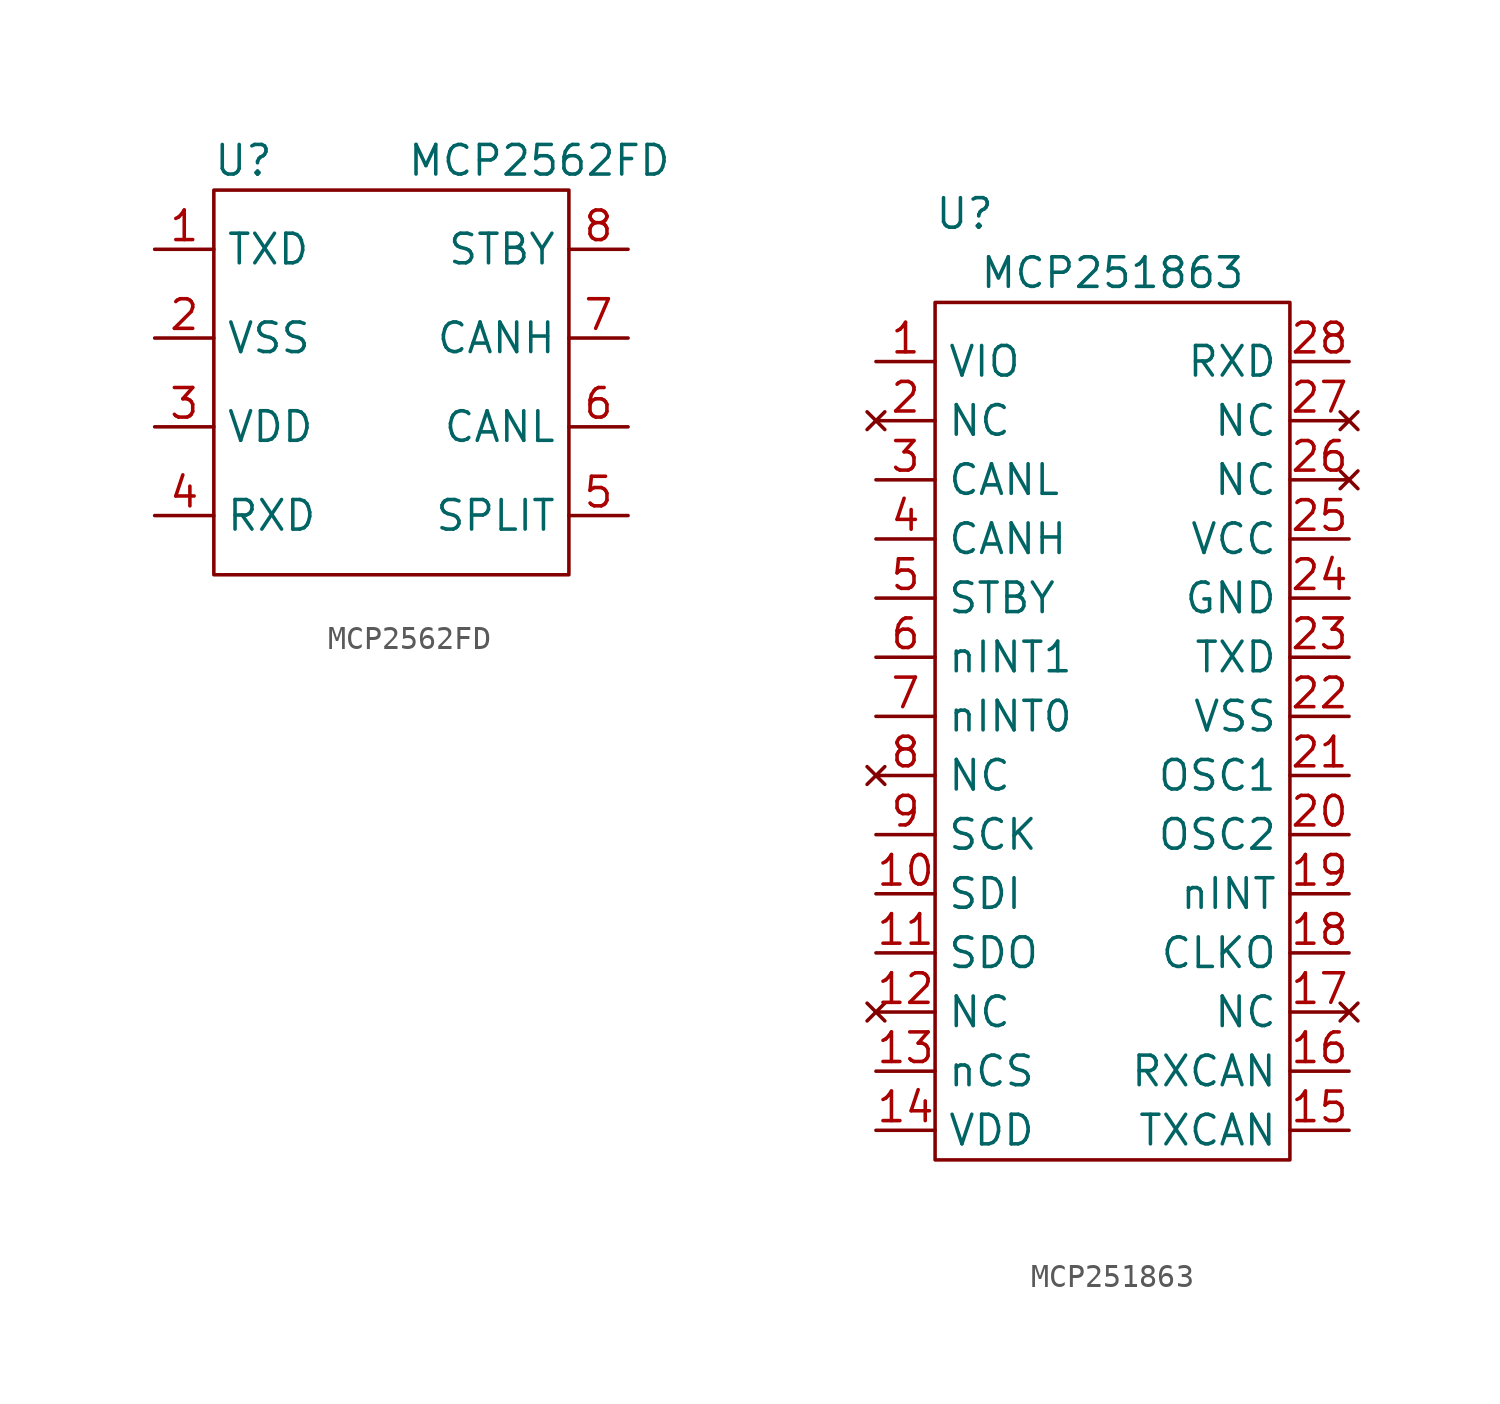
<source format=kicad_sym>
(kicad_symbol_lib
  (version 20220914)
  (generator kicad_symbol_editor)
  (symbol "MCP2562FD"
    (property "Reference" "U"
      (at -6.35 8.89 0)
      (effects (font (size 1.27 1.27))))
    (property "Value" "MCP2562FD"
      (at 6.35 8.89 0)
      (effects (font (size 1.27 1.27))))
    (symbol "MCP2562FD_0_1"
      (rectangle (start -7.62 7.62) (end 7.62 -8.89) (stroke (width 0) (type default)) (fill (type none))))
    (symbol "MCP2562FD_1_1"
      (pin input line (at -10.16 5.08 0) (length 2.54) (name "TXD" (effects (font (size 1.27 1.27)))) (number "1" (effects (font (size 1.27 1.27)))))
      (pin power_in line (at -10.16 1.27 0) (length 2.54) (name "VSS" (effects (font (size 1.27 1.27)))) (number "2" (effects (font (size 1.27 1.27)))))
      (pin power_in line (at -10.16 -2.54 0) (length 2.54) (name "VDD" (effects (font (size 1.27 1.27)))) (number "3" (effects (font (size 1.27 1.27)))))
      (pin output line (at -10.16 -6.35 0) (length 2.54) (name "RXD" (effects (font (size 1.27 1.27)))) (number "4" (effects (font (size 1.27 1.27)))))
      (pin output line (at 10.16 -6.35 180) (length 2.54) (name "SPLIT" (effects (font (size 1.27 1.27)))) (number "5" (effects (font (size 1.27 1.27)))))
      (pin output line (at 10.16 -2.54 180) (length 2.54) (name "CANL" (effects (font (size 1.27 1.27)))) (number "6" (effects (font (size 1.27 1.27)))))
      (pin output line (at 10.16 1.27 180) (length 2.54) (name "CANH" (effects (font (size 1.27 1.27)))) (number "7" (effects (font (size 1.27 1.27)))))
      (pin power_in line (at 10.16 5.08 180) (length 2.54) (name "STBY" (effects (font (size 1.27 1.27)))) (number "8" (effects (font (size 1.27 1.27)))))))
  (symbol "MCP251863"
    (property "Reference" "U"
      (at -6.35 22.86 0)
      (effects (font (size 1.27 1.27))))
    (property "Value" "MCP251863"
      (at 0 20.32 0)
      (effects (font (size 1.27 1.27))))
    (symbol "MCP251863_0_1"
      (rectangle (start -7.62 19.05) (end 7.62 -17.78) (stroke (width 0) (type default)) (fill (type none))))
    (symbol "MCP251863_1_1"
      (pin input line (at -10.16 16.51 0) (length 2.54) (name "VIO" (effects (font (size 1.27 1.27)))) (number "1" (effects (font (size 1.27 1.27)))))
      (pin input line (at -10.16 -6.35 0) (length 2.54) (name "SDI" (effects (font (size 1.27 1.27)))) (number "10" (effects (font (size 1.27 1.27)))))
      (pin output line (at -10.16 -8.89 0) (length 2.54) (name "SDO" (effects (font (size 1.27 1.27)))) (number "11" (effects (font (size 1.27 1.27)))))
      (pin no_connect line (at -10.16 -11.43 0) (length 2.54) (name "NC" (effects (font (size 1.27 1.27)))) (number "12" (effects (font (size 1.27 1.27)))))
      (pin input line (at -10.16 -13.97 0) (length 2.54) (name "nCS" (effects (font (size 1.27 1.27)))) (number "13" (effects (font (size 1.27 1.27)))))
      (pin power_in line (at -10.16 -16.51 0) (length 2.54) (name "VDD" (effects (font (size 1.27 1.27)))) (number "14" (effects (font (size 1.27 1.27)))))
      (pin output line (at 10.16 -16.51 180) (length 2.54) (name "TXCAN" (effects (font (size 1.27 1.27)))) (number "15" (effects (font (size 1.27 1.27)))))
      (pin output line (at 10.16 -13.97 180) (length 2.54) (name "RXCAN" (effects (font (size 1.27 1.27)))) (number "16" (effects (font (size 1.27 1.27)))))
      (pin no_connect line (at 10.16 -11.43 180) (length 2.54) (name "NC" (effects (font (size 1.27 1.27)))) (number "17" (effects (font (size 1.27 1.27)))))
      (pin input line (at 10.16 -8.89 180) (length 2.54) (name "CLKO" (effects (font (size 1.27 1.27)))) (number "18" (effects (font (size 1.27 1.27)))))
      (pin output line (at 10.16 -6.35 180) (length 2.54) (name "nINT" (effects (font (size 1.27 1.27)))) (number "19" (effects (font (size 1.27 1.27)))))
      (pin no_connect line (at -10.16 13.97 0) (length 2.54) (name "NC" (effects (font (size 1.27 1.27)))) (number "2" (effects (font (size 1.27 1.27)))))
      (pin input line (at 10.16 -3.81 180) (length 2.54) (name "OSC2" (effects (font (size 1.27 1.27)))) (number "20" (effects (font (size 1.27 1.27)))))
      (pin input line (at 10.16 -1.27 180) (length 2.54) (name "OSC1" (effects (font (size 1.27 1.27)))) (number "21" (effects (font (size 1.27 1.27)))))
      (pin power_in line (at 10.16 1.27 180) (length 2.54) (name "VSS" (effects (font (size 1.27 1.27)))) (number "22" (effects (font (size 1.27 1.27)))))
      (pin input line (at 10.16 3.81 180) (length 2.54) (name "TXD" (effects (font (size 1.27 1.27)))) (number "23" (effects (font (size 1.27 1.27)))))
      (pin power_in line (at 10.16 6.35 180) (length 2.54) (name "GND" (effects (font (size 1.27 1.27)))) (number "24" (effects (font (size 1.27 1.27)))))
      (pin power_in line (at 10.16 8.89 180) (length 2.54) (name "VCC" (effects (font (size 1.27 1.27)))) (number "25" (effects (font (size 1.27 1.27)))))
      (pin no_connect line (at 10.16 11.43 180) (length 2.54) (name "NC" (effects (font (size 1.27 1.27)))) (number "26" (effects (font (size 1.27 1.27)))))
      (pin no_connect line (at 10.16 13.97 180) (length 2.54) (name "NC" (effects (font (size 1.27 1.27)))) (number "27" (effects (font (size 1.27 1.27)))))
      (pin input line (at 10.16 16.51 180) (length 2.54) (name "RXD" (effects (font (size 1.27 1.27)))) (number "28" (effects (font (size 1.27 1.27)))))
      (pin output line (at -10.16 11.43 0) (length 2.54) (name "CANL" (effects (font (size 1.27 1.27)))) (number "3" (effects (font (size 1.27 1.27)))))
      (pin output line (at -10.16 8.89 0) (length 2.54) (name "CANH" (effects (font (size 1.27 1.27)))) (number "4" (effects (font (size 1.27 1.27)))))
      (pin input line (at -10.16 6.35 0) (length 2.54) (name "STBY" (effects (font (size 1.27 1.27)))) (number "5" (effects (font (size 1.27 1.27)))))
      (pin bidirectional line (at -10.16 3.81 0) (length 2.54) (name "nINT1" (effects (font (size 1.27 1.27)))) (number "6" (effects (font (size 1.27 1.27)))))
      (pin bidirectional line (at -10.16 1.27 0) (length 2.54) (name "nINT0" (effects (font (size 1.27 1.27)))) (number "7" (effects (font (size 1.27 1.27)))))
      (pin no_connect line (at -10.16 -1.27 0) (length 2.54) (name "NC" (effects (font (size 1.27 1.27)))) (number "8" (effects (font (size 1.27 1.27)))))
      (pin input line (at -10.16 -3.81 0) (length 2.54) (name "SCK" (effects (font (size 1.27 1.27)))) (number "9" (effects (font (size 1.27 1.27))))))))
</source>
